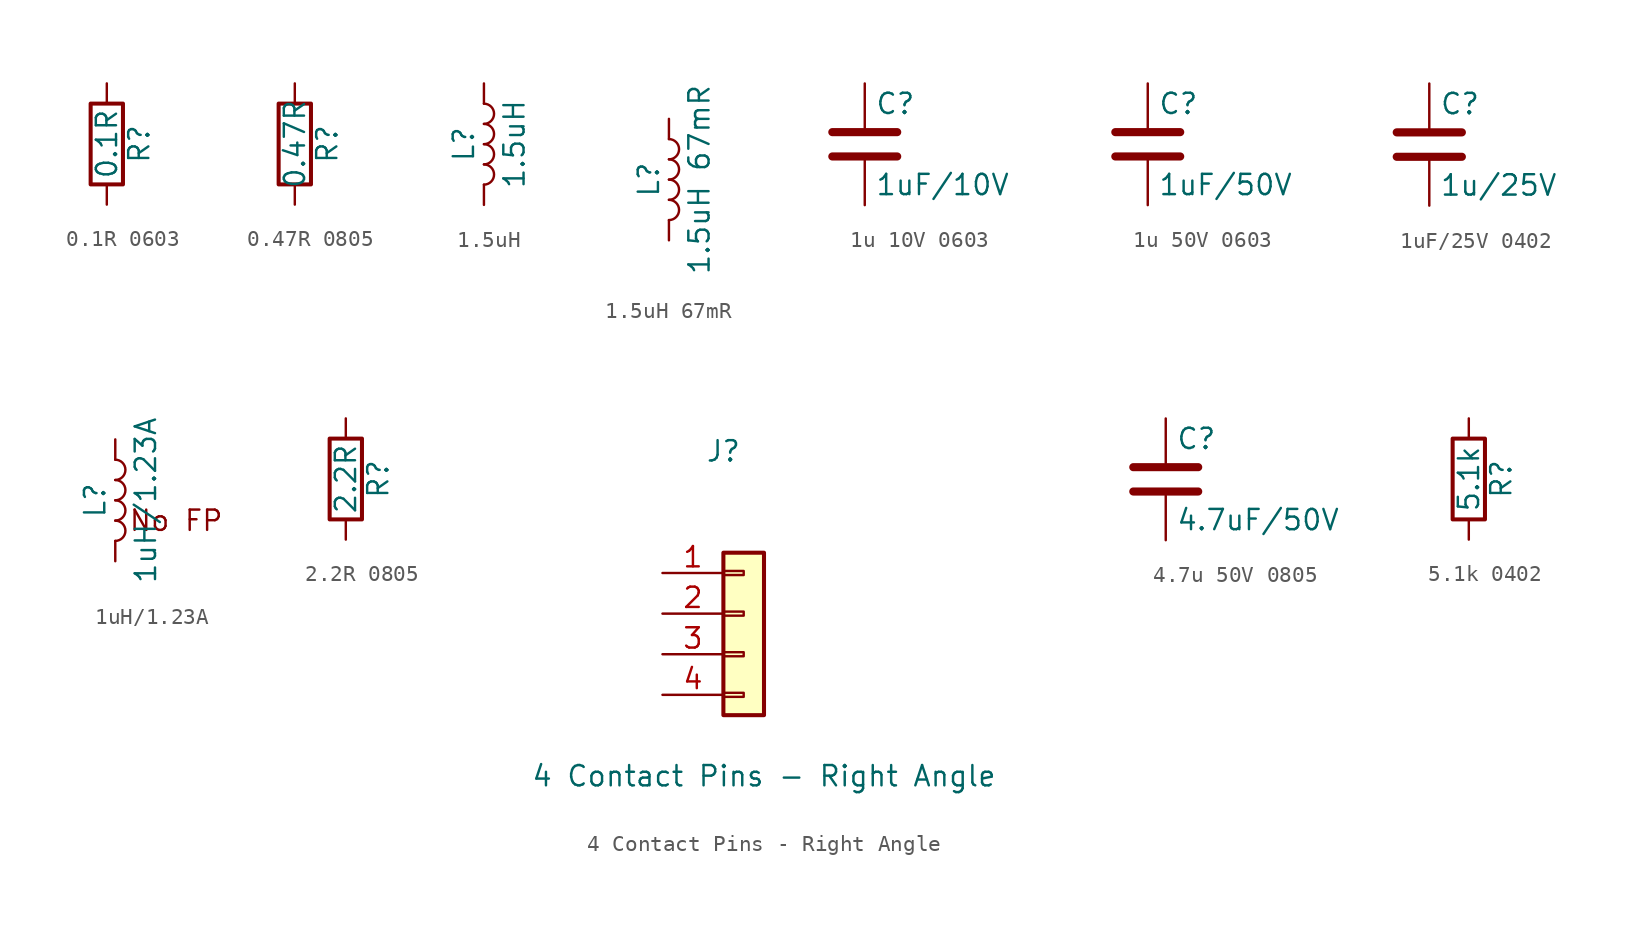
<source format=kicad_sym>
(kicad_symbol_lib
  (version 20231120)
  (generator "kicad_symbol_editor")
  (generator_version "8.0")
  (symbol "0.1R 0603"
    (pin_numbers hide)
    (pin_names
      (offset 0))
    (property "Reference" "R"
      (at 2.032 0 90)
      (effects (font (size 1.27 1.27))))
    (property "Value" "0.1R"
      (at 0 0 90)
      (effects (font (size 1.27 1.27))))
    (symbol "0.1R 0603_0_1"
      (rectangle (start -1.016 -2.54) (end 1.016 2.54) (stroke (width 0.254) (type default)) (fill (type none))))
    (symbol "0.1R 0603_1_1"
      (pin passive line (at 0 3.81 270) (length 1.27) (name "~" (effects (font (size 1.27 1.27)))) (number "1" (effects (font (size 1.27 1.27)))))
      (pin passive line (at 0 -3.81 90) (length 1.27) (name "~" (effects (font (size 1.27 1.27)))) (number "2" (effects (font (size 1.27 1.27)))))))
  (symbol "0.47R 0805"
    (pin_numbers hide)
    (pin_names
      (offset 0))
    (property "Reference" "R"
      (at 2.032 0 90)
      (effects (font (size 1.27 1.27))))
    (property "Value" "0.47R"
      (at 0 0 90)
      (effects (font (size 1.27 1.27))))
    (symbol "0.47R 0805_0_1"
      (rectangle (start -1.016 -2.54) (end 1.016 2.54) (stroke (width 0.254) (type default)) (fill (type none))))
    (symbol "0.47R 0805_1_1"
      (pin passive line (at 0 3.81 270) (length 1.27) (name "~" (effects (font (size 1.27 1.27)))) (number "1" (effects (font (size 1.27 1.27)))))
      (pin passive line (at 0 -3.81 90) (length 1.27) (name "~" (effects (font (size 1.27 1.27)))) (number "2" (effects (font (size 1.27 1.27)))))))
  (symbol "1.5uH"
    (pin_numbers hide)
    (pin_names
      (offset 1.016) hide)
    (property "Reference" "L"
      (at -1.27 0 90)
      (effects (font (size 1.27 1.27))))
    (property "Value" "1.5uH"
      (at 1.905 0 90)
      (effects (font (size 1.27 1.27))))
    (symbol "1.5uH_0_1"
      (arc (start 0 -2.54) (mid 0.6323 -1.905) (end 0 -1.27) (stroke (width 0) (type default)) (fill (type none)))
      (arc (start 0 -1.27) (mid 0.6323 -0.635) (end 0 0) (stroke (width 0) (type default)) (fill (type none)))
      (arc (start 0 0) (mid 0.6323 0.635) (end 0 1.27) (stroke (width 0) (type default)) (fill (type none)))
      (arc (start 0 1.27) (mid 0.6323 1.905) (end 0 2.54) (stroke (width 0) (type default)) (fill (type none))))
    (symbol "1.5uH_1_1"
      (pin passive line (at 0 3.81 270) (length 1.27) (name "1" (effects (font (size 1.27 1.27)))) (number "1" (effects (font (size 1.27 1.27)))))
      (pin passive line (at 0 -3.81 90) (length 1.27) (name "2" (effects (font (size 1.27 1.27)))) (number "2" (effects (font (size 1.27 1.27)))))))
  (symbol "1.5uH 67mR "
    (pin_numbers hide)
    (pin_names
      (offset 1.016) hide)
    (property "Reference" "L"
      (at -1.27 0 90)
      (effects (font (size 1.27 1.27))))
    (property "Value" "1.5uH 67mR "
      (at 1.905 0 90)
      (effects (font (size 1.27 1.27))))
    (symbol "1.5uH 67mR _0_1"
      (arc (start 0 -2.54) (mid 0.6323 -1.905) (end 0 -1.27) (stroke (width 0) (type default)) (fill (type none)))
      (arc (start 0 -1.27) (mid 0.6323 -0.635) (end 0 0) (stroke (width 0) (type default)) (fill (type none)))
      (arc (start 0 0) (mid 0.6323 0.635) (end 0 1.27) (stroke (width 0) (type default)) (fill (type none)))
      (arc (start 0 1.27) (mid 0.6323 1.905) (end 0 2.54) (stroke (width 0) (type default)) (fill (type none))))
    (symbol "1.5uH 67mR _1_1"
      (pin passive line (at 0 3.81 270) (length 1.27) (name "1" (effects (font (size 1.27 1.27)))) (number "1" (effects (font (size 1.27 1.27)))))
      (pin passive line (at 0 -3.81 90) (length 1.27) (name "2" (effects (font (size 1.27 1.27)))) (number "2" (effects (font (size 1.27 1.27)))))))
  (symbol "1u 10V 0603"
    (pin_numbers hide)
    (pin_names
      (offset 0.254))
    (property "Reference" "C"
      (at 0.635 2.54 0)
      (effects (font (size 1.27 1.27)) (justify left)))
    (property "Value" "1uF/10V"
      (at 0.635 -2.54 0)
      (effects (font (size 1.27 1.27)) (justify left)))
    (symbol "1u 10V 0603_0_1"
      (polyline (pts (xy -2.032 -0.762) (xy 2.032 -0.762)) (stroke (width 0.508) (type default)) (fill (type none)))
      (polyline (pts (xy -2.032 0.762) (xy 2.032 0.762)) (stroke (width 0.508) (type default)) (fill (type none))))
    (symbol "1u 10V 0603_1_1"
      (pin passive line (at 0 3.81 270) (length 2.794) (name "~" (effects (font (size 1.27 1.27)))) (number "1" (effects (font (size 1.27 1.27)))))
      (pin passive line (at 0 -3.81 90) (length 2.794) (name "~" (effects (font (size 1.27 1.27)))) (number "2" (effects (font (size 1.27 1.27)))))))
  (symbol "1u 50V 0603"
    (pin_numbers hide)
    (pin_names
      (offset 0.254))
    (property "Reference" "C"
      (at 0.635 2.54 0)
      (effects (font (size 1.27 1.27)) (justify left)))
    (property "Value" "1uF/50V"
      (at 0.635 -2.54 0)
      (effects (font (size 1.27 1.27)) (justify left)))
    (symbol "1u 50V 0603_0_1"
      (polyline (pts (xy -2.032 -0.762) (xy 2.032 -0.762)) (stroke (width 0.508) (type default)) (fill (type none)))
      (polyline (pts (xy -2.032 0.762) (xy 2.032 0.762)) (stroke (width 0.508) (type default)) (fill (type none))))
    (symbol "1u 50V 0603_1_1"
      (pin passive line (at 0 3.81 270) (length 2.794) (name "~" (effects (font (size 1.27 1.27)))) (number "1" (effects (font (size 1.27 1.27)))))
      (pin passive line (at 0 -3.81 90) (length 2.794) (name "~" (effects (font (size 1.27 1.27)))) (number "2" (effects (font (size 1.27 1.27)))))))
  (symbol "1uF/25V 0402"
    (pin_numbers hide)
    (pin_names
      (offset 0.254))
    (property "Reference" "C"
      (at 0.635 2.54 0)
      (effects (font (size 1.27 1.27)) (justify left)))
    (property "Value" "1u/25V"
      (at 0.635 -2.54 0)
      (effects (font (size 1.27 1.27)) (justify left)))
    (symbol "1uF/25V 0402_0_1"
      (polyline (pts (xy -2.032 -0.762) (xy 2.032 -0.762)) (stroke (width 0.508) (type default)) (fill (type none)))
      (polyline (pts (xy -2.032 0.762) (xy 2.032 0.762)) (stroke (width 0.508) (type default)) (fill (type none))))
    (symbol "1uF/25V 0402_1_1"
      (pin passive line (at 0 3.81 270) (length 2.794) (name "~" (effects (font (size 1.27 1.27)))) (number "1" (effects (font (size 1.27 1.27)))))
      (pin passive line (at 0 -3.81 90) (length 2.794) (name "~" (effects (font (size 1.27 1.27)))) (number "2" (effects (font (size 1.27 1.27)))))))
  (symbol "1uH/1.23A"
    (pin_numbers hide)
    (pin_names
      (offset 1.016) hide)
    (property "Reference" "L"
      (at -1.27 0 90)
      (effects (font (size 1.27 1.27))))
    (property "Value" "1uH/1.23A"
      (at 1.905 0 90)
      (effects (font (size 1.27 1.27))))
    (symbol "1uH/1.23A_0_1"
      (arc (start 0 -2.54) (mid 0.6323 -1.905) (end 0 -1.27) (stroke (width 0) (type default)) (fill (type none)))
      (arc (start 0 -1.27) (mid 0.6323 -0.635) (end 0 0) (stroke (width 0) (type default)) (fill (type none)))
      (arc (start 0 0) (mid 0.6323 0.635) (end 0 1.27) (stroke (width 0) (type default)) (fill (type none)))
      (arc (start 0 1.27) (mid 0.6323 1.905) (end 0 2.54) (stroke (width 0) (type default)) (fill (type none))))
    (symbol "1uH/1.23A_1_1"
      (text "No FP" (at 3.81 -1.27 0) (effects (font (size 1.27 1.27))))
      (pin passive line (at 0 3.81 270) (length 1.27) (name "1" (effects (font (size 1.27 1.27)))) (number "1" (effects (font (size 1.27 1.27)))))
      (pin passive line (at 0 -3.81 90) (length 1.27) (name "2" (effects (font (size 1.27 1.27)))) (number "2" (effects (font (size 1.27 1.27)))))))
  (symbol "2.2R 0805"
    (pin_numbers hide)
    (pin_names
      (offset 0))
    (property "Reference" "R"
      (at 2.032 0 90)
      (effects (font (size 1.27 1.27))))
    (property "Value" "2.2R"
      (at 0 0 90)
      (effects (font (size 1.27 1.27))))
    (symbol "2.2R 0805_0_1"
      (rectangle (start -1.016 -2.54) (end 1.016 2.54) (stroke (width 0.254) (type default)) (fill (type none))))
    (symbol "2.2R 0805_1_1"
      (pin passive line (at 0 3.81 270) (length 1.27) (name "~" (effects (font (size 1.27 1.27)))) (number "1" (effects (font (size 1.27 1.27)))))
      (pin passive line (at 0 -3.81 90) (length 1.27) (name "~" (effects (font (size 1.27 1.27)))) (number "2" (effects (font (size 1.27 1.27)))))))
  (symbol "4 Contact Pins - Right Angle"
    (pin_names
      (offset 1.016) hide)
    (property "Reference" "J"
      (at 0 7.62 0)
      (effects (font (size 1.27 1.27))))
    (property "Value" "4 Contact Pins - Right Angle"
      (at 2.54 -12.7 0)
      (effects (font (size 1.27 1.27))))
    (symbol "4 Contact Pins - Right Angle_1_1"
      (rectangle (start 0 -7.493) (end 1.27 -7.747) (stroke (width 0.152) (type default)) (fill (type none)))
      (rectangle (start 0 -4.953) (end 1.27 -5.207) (stroke (width 0.152) (type default)) (fill (type none)))
      (rectangle (start 0 -2.413) (end 1.27 -2.667) (stroke (width 0.152) (type default)) (fill (type none)))
      (rectangle (start 0 0.127) (end 1.27 -0.127) (stroke (width 0.152) (type default)) (fill (type none)))
      (rectangle (start 0 1.27) (end 2.54 -8.89) (stroke (width 0.254) (type default)) (fill (type background)))
      (pin passive line (at -3.81 0 0) (length 3.81) (name "Pin_1" (effects (font (size 1.27 1.27)))) (number "1" (effects (font (size 1.27 1.27)))))
      (pin passive line (at -3.81 -2.54 0) (length 3.81) (name "Pin_2" (effects (font (size 1.27 1.27)))) (number "2" (effects (font (size 1.27 1.27)))))
      (pin passive line (at -3.81 -5.08 0) (length 3.81) (name "Pin_3" (effects (font (size 1.27 1.27)))) (number "3" (effects (font (size 1.27 1.27)))))
      (pin passive line (at -3.81 -7.62 0) (length 3.81) (name "Pin_4" (effects (font (size 1.27 1.27)))) (number "4" (effects (font (size 1.27 1.27)))))))
  (symbol "4.7u 50V 0805"
    (pin_numbers hide)
    (pin_names
      (offset 0.254))
    (property "Reference" "C"
      (at 0.635 2.54 0)
      (effects (font (size 1.27 1.27)) (justify left)))
    (property "Value" "4.7uF/50V"
      (at 0.635 -2.54 0)
      (effects (font (size 1.27 1.27)) (justify left)))
    (symbol "4.7u 50V 0805_0_1"
      (polyline (pts (xy -2.032 -0.762) (xy 2.032 -0.762)) (stroke (width 0.508) (type default)) (fill (type none)))
      (polyline (pts (xy -2.032 0.762) (xy 2.032 0.762)) (stroke (width 0.508) (type default)) (fill (type none))))
    (symbol "4.7u 50V 0805_1_1"
      (pin passive line (at 0 3.81 270) (length 2.794) (name "~" (effects (font (size 1.27 1.27)))) (number "1" (effects (font (size 1.27 1.27)))))
      (pin passive line (at 0 -3.81 90) (length 2.794) (name "~" (effects (font (size 1.27 1.27)))) (number "2" (effects (font (size 1.27 1.27)))))))
  (symbol "5.1k 0402"
    (pin_numbers hide)
    (pin_names
      (offset 0))
    (property "Reference" "R"
      (at 2.032 0 90)
      (effects (font (size 1.27 1.27))))
    (property "Value" "5.1k"
      (at 0 0 90)
      (effects (font (size 1.27 1.27))))
    (symbol "5.1k 0402_0_1"
      (rectangle (start -1.016 -2.54) (end 1.016 2.54) (stroke (width 0.254) (type default)) (fill (type none))))
    (symbol "5.1k 0402_1_1"
      (pin passive line (at 0 3.81 270) (length 1.27) (name "~" (effects (font (size 1.27 1.27)))) (number "1" (effects (font (size 1.27 1.27)))))
      (pin passive line (at 0 -3.81 90) (length 1.27) (name "~" (effects (font (size 1.27 1.27)))) (number "2" (effects (font (size 1.27 1.27))))))))
</source>
